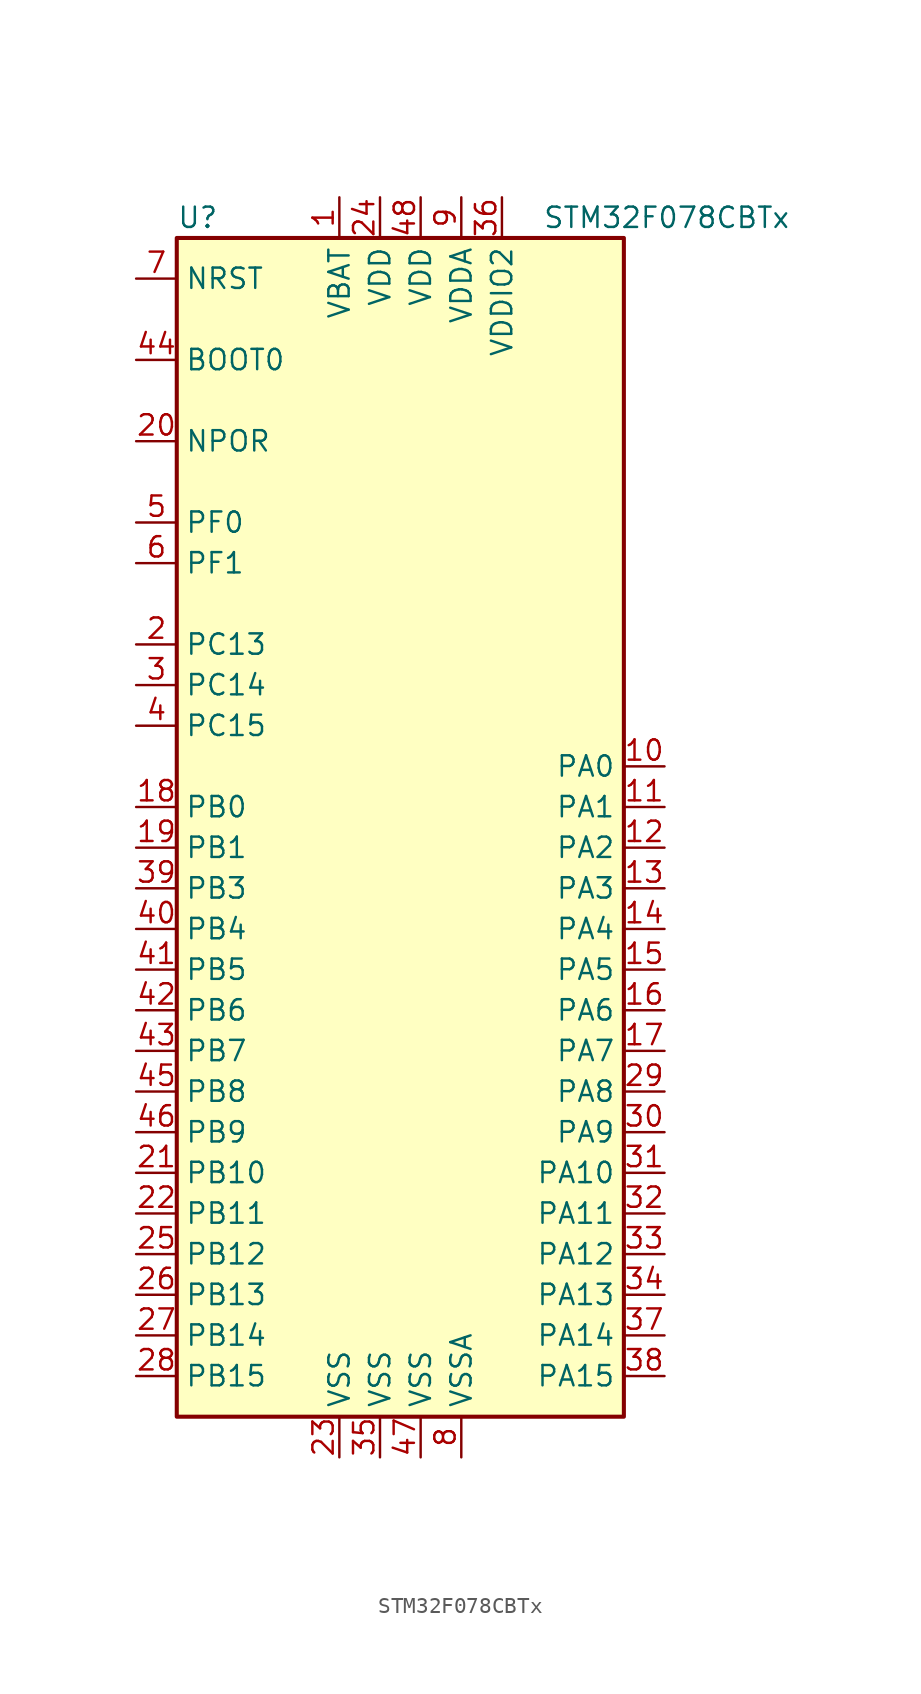
<source format=kicad_sym>
(kicad_symbol_lib
  (version 20211014)
  (generator kicad_symbol_editor)
  (symbol "STM32F078CBTx"
    (property "Reference" "U"
      (at -15.24 36.83 0)
      (effects (font (size 1.27 1.27)) (justify left)))
    (property "Value" "STM32F078CBTx"
      (at 7.62 36.83 0)
      (effects (font (size 1.27 1.27)) (justify left)))
    (symbol "STM32F078CBTx_0_1"
      (rectangle (start -15.24 -38.1) (end 12.7 35.56) (stroke (width 0.254) (type default) (color 0 0 0 0)) (fill (type background))))
    (symbol "STM32F078CBTx_1_1"
      (pin power_in line (at -5.08 38.1 270) (length 2.54) (name "VBAT" (effects (font (size 1.27 1.27)))) (number "1" (effects (font (size 1.27 1.27)))))
      (pin bidirectional line (at 15.24 2.54 180) (length 2.54) (name "PA0" (effects (font (size 1.27 1.27)))) (number "10" (effects (font (size 1.27 1.27)))))
      (pin bidirectional line (at 15.24 0 180) (length 2.54) (name "PA1" (effects (font (size 1.27 1.27)))) (number "11" (effects (font (size 1.27 1.27)))))
      (pin bidirectional line (at 15.24 -2.54 180) (length 2.54) (name "PA2" (effects (font (size 1.27 1.27)))) (number "12" (effects (font (size 1.27 1.27)))))
      (pin bidirectional line (at 15.24 -5.08 180) (length 2.54) (name "PA3" (effects (font (size 1.27 1.27)))) (number "13" (effects (font (size 1.27 1.27)))))
      (pin bidirectional line (at 15.24 -7.62 180) (length 2.54) (name "PA4" (effects (font (size 1.27 1.27)))) (number "14" (effects (font (size 1.27 1.27)))))
      (pin bidirectional line (at 15.24 -10.16 180) (length 2.54) (name "PA5" (effects (font (size 1.27 1.27)))) (number "15" (effects (font (size 1.27 1.27)))))
      (pin bidirectional line (at 15.24 -12.7 180) (length 2.54) (name "PA6" (effects (font (size 1.27 1.27)))) (number "16" (effects (font (size 1.27 1.27)))))
      (pin bidirectional line (at 15.24 -15.24 180) (length 2.54) (name "PA7" (effects (font (size 1.27 1.27)))) (number "17" (effects (font (size 1.27 1.27)))))
      (pin bidirectional line (at -17.78 0 0) (length 2.54) (name "PB0" (effects (font (size 1.27 1.27)))) (number "18" (effects (font (size 1.27 1.27)))))
      (pin bidirectional line (at -17.78 -2.54 0) (length 2.54) (name "PB1" (effects (font (size 1.27 1.27)))) (number "19" (effects (font (size 1.27 1.27)))))
      (pin bidirectional line (at -17.78 10.16 0) (length 2.54) (name "PC13" (effects (font (size 1.27 1.27)))) (number "2" (effects (font (size 1.27 1.27)))))
      (pin power_in line (at -17.78 22.86 0) (length 2.54) (name "NPOR" (effects (font (size 1.27 1.27)))) (number "20" (effects (font (size 1.27 1.27)))))
      (pin bidirectional line (at -17.78 -22.86 0) (length 2.54) (name "PB10" (effects (font (size 1.27 1.27)))) (number "21" (effects (font (size 1.27 1.27)))))
      (pin bidirectional line (at -17.78 -25.4 0) (length 2.54) (name "PB11" (effects (font (size 1.27 1.27)))) (number "22" (effects (font (size 1.27 1.27)))))
      (pin power_in line (at -5.08 -40.64 90) (length 2.54) (name "VSS" (effects (font (size 1.27 1.27)))) (number "23" (effects (font (size 1.27 1.27)))))
      (pin power_in line (at -2.54 38.1 270) (length 2.54) (name "VDD" (effects (font (size 1.27 1.27)))) (number "24" (effects (font (size 1.27 1.27)))))
      (pin bidirectional line (at -17.78 -27.94 0) (length 2.54) (name "PB12" (effects (font (size 1.27 1.27)))) (number "25" (effects (font (size 1.27 1.27)))))
      (pin bidirectional line (at -17.78 -30.48 0) (length 2.54) (name "PB13" (effects (font (size 1.27 1.27)))) (number "26" (effects (font (size 1.27 1.27)))))
      (pin bidirectional line (at -17.78 -33.02 0) (length 2.54) (name "PB14" (effects (font (size 1.27 1.27)))) (number "27" (effects (font (size 1.27 1.27)))))
      (pin bidirectional line (at -17.78 -35.56 0) (length 2.54) (name "PB15" (effects (font (size 1.27 1.27)))) (number "28" (effects (font (size 1.27 1.27)))))
      (pin bidirectional line (at 15.24 -17.78 180) (length 2.54) (name "PA8" (effects (font (size 1.27 1.27)))) (number "29" (effects (font (size 1.27 1.27)))))
      (pin bidirectional line (at -17.78 7.62 0) (length 2.54) (name "PC14" (effects (font (size 1.27 1.27)))) (number "3" (effects (font (size 1.27 1.27)))))
      (pin bidirectional line (at 15.24 -20.32 180) (length 2.54) (name "PA9" (effects (font (size 1.27 1.27)))) (number "30" (effects (font (size 1.27 1.27)))))
      (pin bidirectional line (at 15.24 -22.86 180) (length 2.54) (name "PA10" (effects (font (size 1.27 1.27)))) (number "31" (effects (font (size 1.27 1.27)))))
      (pin bidirectional line (at 15.24 -25.4 180) (length 2.54) (name "PA11" (effects (font (size 1.27 1.27)))) (number "32" (effects (font (size 1.27 1.27)))))
      (pin bidirectional line (at 15.24 -27.94 180) (length 2.54) (name "PA12" (effects (font (size 1.27 1.27)))) (number "33" (effects (font (size 1.27 1.27)))))
      (pin bidirectional line (at 15.24 -30.48 180) (length 2.54) (name "PA13" (effects (font (size 1.27 1.27)))) (number "34" (effects (font (size 1.27 1.27)))))
      (pin power_in line (at -2.54 -40.64 90) (length 2.54) (name "VSS" (effects (font (size 1.27 1.27)))) (number "35" (effects (font (size 1.27 1.27)))))
      (pin power_in line (at 5.08 38.1 270) (length 2.54) (name "VDDIO2" (effects (font (size 1.27 1.27)))) (number "36" (effects (font (size 1.27 1.27)))))
      (pin bidirectional line (at 15.24 -33.02 180) (length 2.54) (name "PA14" (effects (font (size 1.27 1.27)))) (number "37" (effects (font (size 1.27 1.27)))))
      (pin bidirectional line (at 15.24 -35.56 180) (length 2.54) (name "PA15" (effects (font (size 1.27 1.27)))) (number "38" (effects (font (size 1.27 1.27)))))
      (pin bidirectional line (at -17.78 -5.08 0) (length 2.54) (name "PB3" (effects (font (size 1.27 1.27)))) (number "39" (effects (font (size 1.27 1.27)))))
      (pin bidirectional line (at -17.78 5.08 0) (length 2.54) (name "PC15" (effects (font (size 1.27 1.27)))) (number "4" (effects (font (size 1.27 1.27)))))
      (pin bidirectional line (at -17.78 -7.62 0) (length 2.54) (name "PB4" (effects (font (size 1.27 1.27)))) (number "40" (effects (font (size 1.27 1.27)))))
      (pin bidirectional line (at -17.78 -10.16 0) (length 2.54) (name "PB5" (effects (font (size 1.27 1.27)))) (number "41" (effects (font (size 1.27 1.27)))))
      (pin bidirectional line (at -17.78 -12.7 0) (length 2.54) (name "PB6" (effects (font (size 1.27 1.27)))) (number "42" (effects (font (size 1.27 1.27)))))
      (pin bidirectional line (at -17.78 -15.24 0) (length 2.54) (name "PB7" (effects (font (size 1.27 1.27)))) (number "43" (effects (font (size 1.27 1.27)))))
      (pin input line (at -17.78 27.94 0) (length 2.54) (name "BOOT0" (effects (font (size 1.27 1.27)))) (number "44" (effects (font (size 1.27 1.27)))))
      (pin bidirectional line (at -17.78 -17.78 0) (length 2.54) (name "PB8" (effects (font (size 1.27 1.27)))) (number "45" (effects (font (size 1.27 1.27)))))
      (pin bidirectional line (at -17.78 -20.32 0) (length 2.54) (name "PB9" (effects (font (size 1.27 1.27)))) (number "46" (effects (font (size 1.27 1.27)))))
      (pin power_in line (at 0 -40.64 90) (length 2.54) (name "VSS" (effects (font (size 1.27 1.27)))) (number "47" (effects (font (size 1.27 1.27)))))
      (pin power_in line (at 0 38.1 270) (length 2.54) (name "VDD" (effects (font (size 1.27 1.27)))) (number "48" (effects (font (size 1.27 1.27)))))
      (pin input line (at -17.78 17.78 0) (length 2.54) (name "PF0" (effects (font (size 1.27 1.27)))) (number "5" (effects (font (size 1.27 1.27)))))
      (pin input line (at -17.78 15.24 0) (length 2.54) (name "PF1" (effects (font (size 1.27 1.27)))) (number "6" (effects (font (size 1.27 1.27)))))
      (pin input line (at -17.78 33.02 0) (length 2.54) (name "NRST" (effects (font (size 1.27 1.27)))) (number "7" (effects (font (size 1.27 1.27)))))
      (pin power_in line (at 2.54 -40.64 90) (length 2.54) (name "VSSA" (effects (font (size 1.27 1.27)))) (number "8" (effects (font (size 1.27 1.27)))))
      (pin power_in line (at 2.54 38.1 270) (length 2.54) (name "VDDA" (effects (font (size 1.27 1.27)))) (number "9" (effects (font (size 1.27 1.27))))))))
</source>
